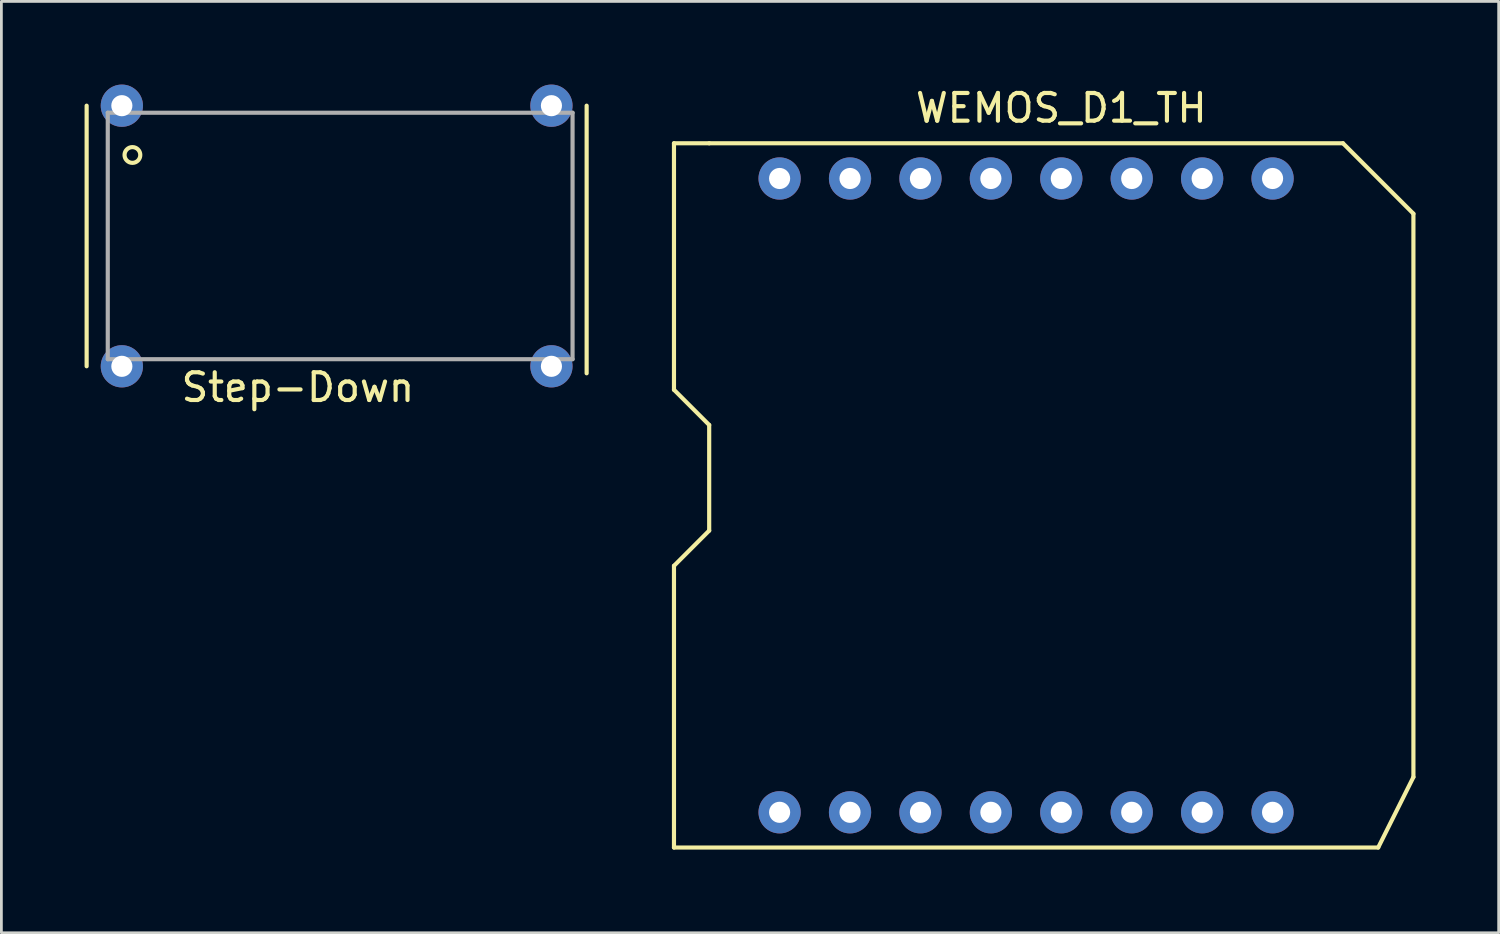
<source format=kicad_pcb>
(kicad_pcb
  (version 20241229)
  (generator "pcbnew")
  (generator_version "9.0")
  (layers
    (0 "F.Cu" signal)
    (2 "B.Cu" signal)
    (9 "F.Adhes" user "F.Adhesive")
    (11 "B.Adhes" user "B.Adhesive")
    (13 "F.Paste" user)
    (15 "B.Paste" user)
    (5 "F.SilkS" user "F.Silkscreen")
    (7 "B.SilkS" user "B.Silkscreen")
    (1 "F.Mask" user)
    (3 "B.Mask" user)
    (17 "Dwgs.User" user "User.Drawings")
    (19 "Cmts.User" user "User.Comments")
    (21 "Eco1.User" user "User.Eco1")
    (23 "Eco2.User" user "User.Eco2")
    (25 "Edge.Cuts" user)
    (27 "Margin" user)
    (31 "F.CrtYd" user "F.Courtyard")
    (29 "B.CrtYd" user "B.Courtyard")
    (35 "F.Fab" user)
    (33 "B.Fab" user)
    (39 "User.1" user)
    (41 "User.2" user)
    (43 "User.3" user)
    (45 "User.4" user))
  (footprint "WEMOS_D1_TH"
    (layer "F.Cu")
    (at 33.959 14.818)
    (property "Reference" "WEMOS_D1_TH" (at 1.27 -13.97 0) (layer "F.SilkS") (effects (font (size 1 1) (thickness 0.15))))
    (attr through_hole)
    (fp_line (start -12.7 -12.7) (end -11.43 -12.7) (stroke (width 0.15) (type solid)) (layer "F.SilkS"))
    (fp_line (start -12.7 -3.81) (end -12.7 -12.7) (stroke (width 0.15) (type solid)) (layer "F.SilkS"))
    (fp_line (start -12.7 2.54) (end -11.43 1.27) (stroke (width 0.15) (type solid)) (layer "F.SilkS"))
    (fp_line (start -12.7 12.7) (end -12.7 2.54) (stroke (width 0.15) (type solid)) (layer "F.SilkS"))
    (fp_line (start -11.43 -12.7) (end 11.43 -12.7) (stroke (width 0.15) (type solid)) (layer "F.SilkS"))
    (fp_line (start -11.43 -2.54) (end -12.7 -3.81) (stroke (width 0.15) (type solid)) (layer "F.SilkS"))
    (fp_line (start -11.43 1.27) (end -11.43 -2.54) (stroke (width 0.15) (type solid)) (layer "F.SilkS"))
    (fp_line (start 11.43 -12.7) (end 13.97 -10.16) (stroke (width 0.15) (type solid)) (layer "F.SilkS"))
    (fp_line (start 12.7 12.7) (end -12.7 12.7) (stroke (width 0.15) (type solid)) (layer "F.SilkS"))
    (fp_line (start 13.97 -10.16) (end 13.97 10.16) (stroke (width 0.15) (type solid)) (layer "F.SilkS"))
    (fp_line (start 13.97 10.16) (end 12.7 12.7) (stroke (width 0.15) (type solid)) (layer "F.SilkS"))
    (pad "0" thru_hole circle (at 8.89 11.43) (size 1.524 1.524) (drill 0.762) (layers "*.Cu" "*.Mask"))
    (pad "1" thru_hole circle (at 6.35 11.43) (size 1.524 1.524) (drill 0.762) (layers "*.Cu" "*.Mask"))
    (pad "2" thru_hole circle (at 3.81 11.43) (size 1.524 1.524) (drill 0.762) (layers "*.Cu" "*.Mask"))
    (pad "3" thru_hole circle (at 1.27 11.43) (size 1.524 1.524) (drill 0.762) (layers "*.Cu" "*.Mask"))
    (pad "4" thru_hole circle (at -1.27 11.43) (size 1.524 1.524) (drill 0.762) (layers "*.Cu" "*.Mask"))
    (pad "5" thru_hole circle (at -3.81 11.43) (size 1.524 1.524) (drill 0.762) (layers "*.Cu" "*.Mask"))
    (pad "6" thru_hole circle (at -6.35 11.43) (size 1.524 1.524) (drill 0.762) (layers "*.Cu" "*.Mask"))
    (pad "7" thru_hole circle (at -8.89 11.43) (size 1.524 1.524) (drill 0.762) (layers "*.Cu" "*.Mask"))
    (pad "8" thru_hole circle (at -8.89 -11.43) (size 1.524 1.524) (drill 0.762) (layers "*.Cu" "*.Mask"))
    (pad "9" thru_hole circle (at -6.35 -11.43) (size 1.524 1.524) (drill 0.762) (layers "*.Cu" "*.Mask"))
    (pad "10" thru_hole circle (at -3.81 -11.43) (size 1.524 1.524) (drill 0.762) (layers "*.Cu" "*.Mask"))
    (pad "11" thru_hole circle (at -1.27 -11.43) (size 1.524 1.524) (drill 0.762) (layers "*.Cu" "*.Mask"))
    (pad "12" thru_hole circle (at 1.27 -11.43) (size 1.524 1.524) (drill 0.762) (layers "*.Cu" "*.Mask"))
    (pad "13" thru_hole circle (at 3.81 -11.43) (size 1.524 1.524) (drill 0.762) (layers "*.Cu" "*.Mask"))
    (pad "14" thru_hole circle (at 6.35 -11.43) (size 1.524 1.524) (drill 0.762) (layers "*.Cu" "*.Mask"))
    (pad "15" thru_hole circle (at 8.89 -11.43) (size 1.524 1.524) (drill 0.762) (layers "*.Cu" "*.Mask")))
  (footprint "Step-Down"
    (layer "F.Cu")
    (at 7.695 4.572)
    (property "Reference" "Step-Down" (at 0 6.35 0) (layer "F.SilkS") (effects (font (size 1 1) (thickness 0.15))))
    (attr through_hole)
    (fp_line (start -7.62 -3.81) (end -7.62 5.588) (stroke (width 0.15) (type solid)) (layer "F.SilkS"))
    (fp_line (start 10.414 -3.81) (end 10.414 5.842) (stroke (width 0.15) (type solid)) (layer "F.SilkS"))
    (fp_circle (center -5.969 -2.032) (end -5.842 -1.778) (stroke (width 0.15) (type solid)) (fill no) (layer "F.SilkS"))
    (fp_line (start -6.858 -3.556) (end 9.906 -3.556) (stroke (width 0.15) (type solid)) (layer "F.Fab"))
    (fp_line (start -6.858 5.334) (end -6.858 -3.556) (stroke (width 0.15) (type solid)) (layer "F.Fab"))
    (fp_line (start 9.906 -3.556) (end 9.906 5.334) (stroke (width 0.15) (type solid)) (layer "F.Fab"))
    (fp_line (start 9.906 5.334) (end -6.858 5.334) (stroke (width 0.15) (type solid)) (layer "F.Fab"))
    (pad "1" thru_hole circle (at -6.35 -3.81) (size 1.524 1.524) (drill 0.762) (layers "*.Cu" "*.Mask"))
    (pad "2" thru_hole circle (at -6.35 5.59) (size 1.524 1.524) (drill 0.762) (layers "*.Cu" "*.Mask"))
    (pad "3" thru_hole circle (at 9.144 -3.81) (size 1.524 1.524) (drill 0.762) (layers "*.Cu" "*.Mask"))
    (pad "4" thru_hole circle (at 9.144 5.59) (size 1.524 1.524) (drill 0.762) (layers "*.Cu" "*.Mask")))
  (gr_rect
    (start -3 -3)
    (end 51.004 30.593)
    (stroke (width 0.1) (type default))
    (fill no)
    (layer "Edge.Cuts")))
</source>
